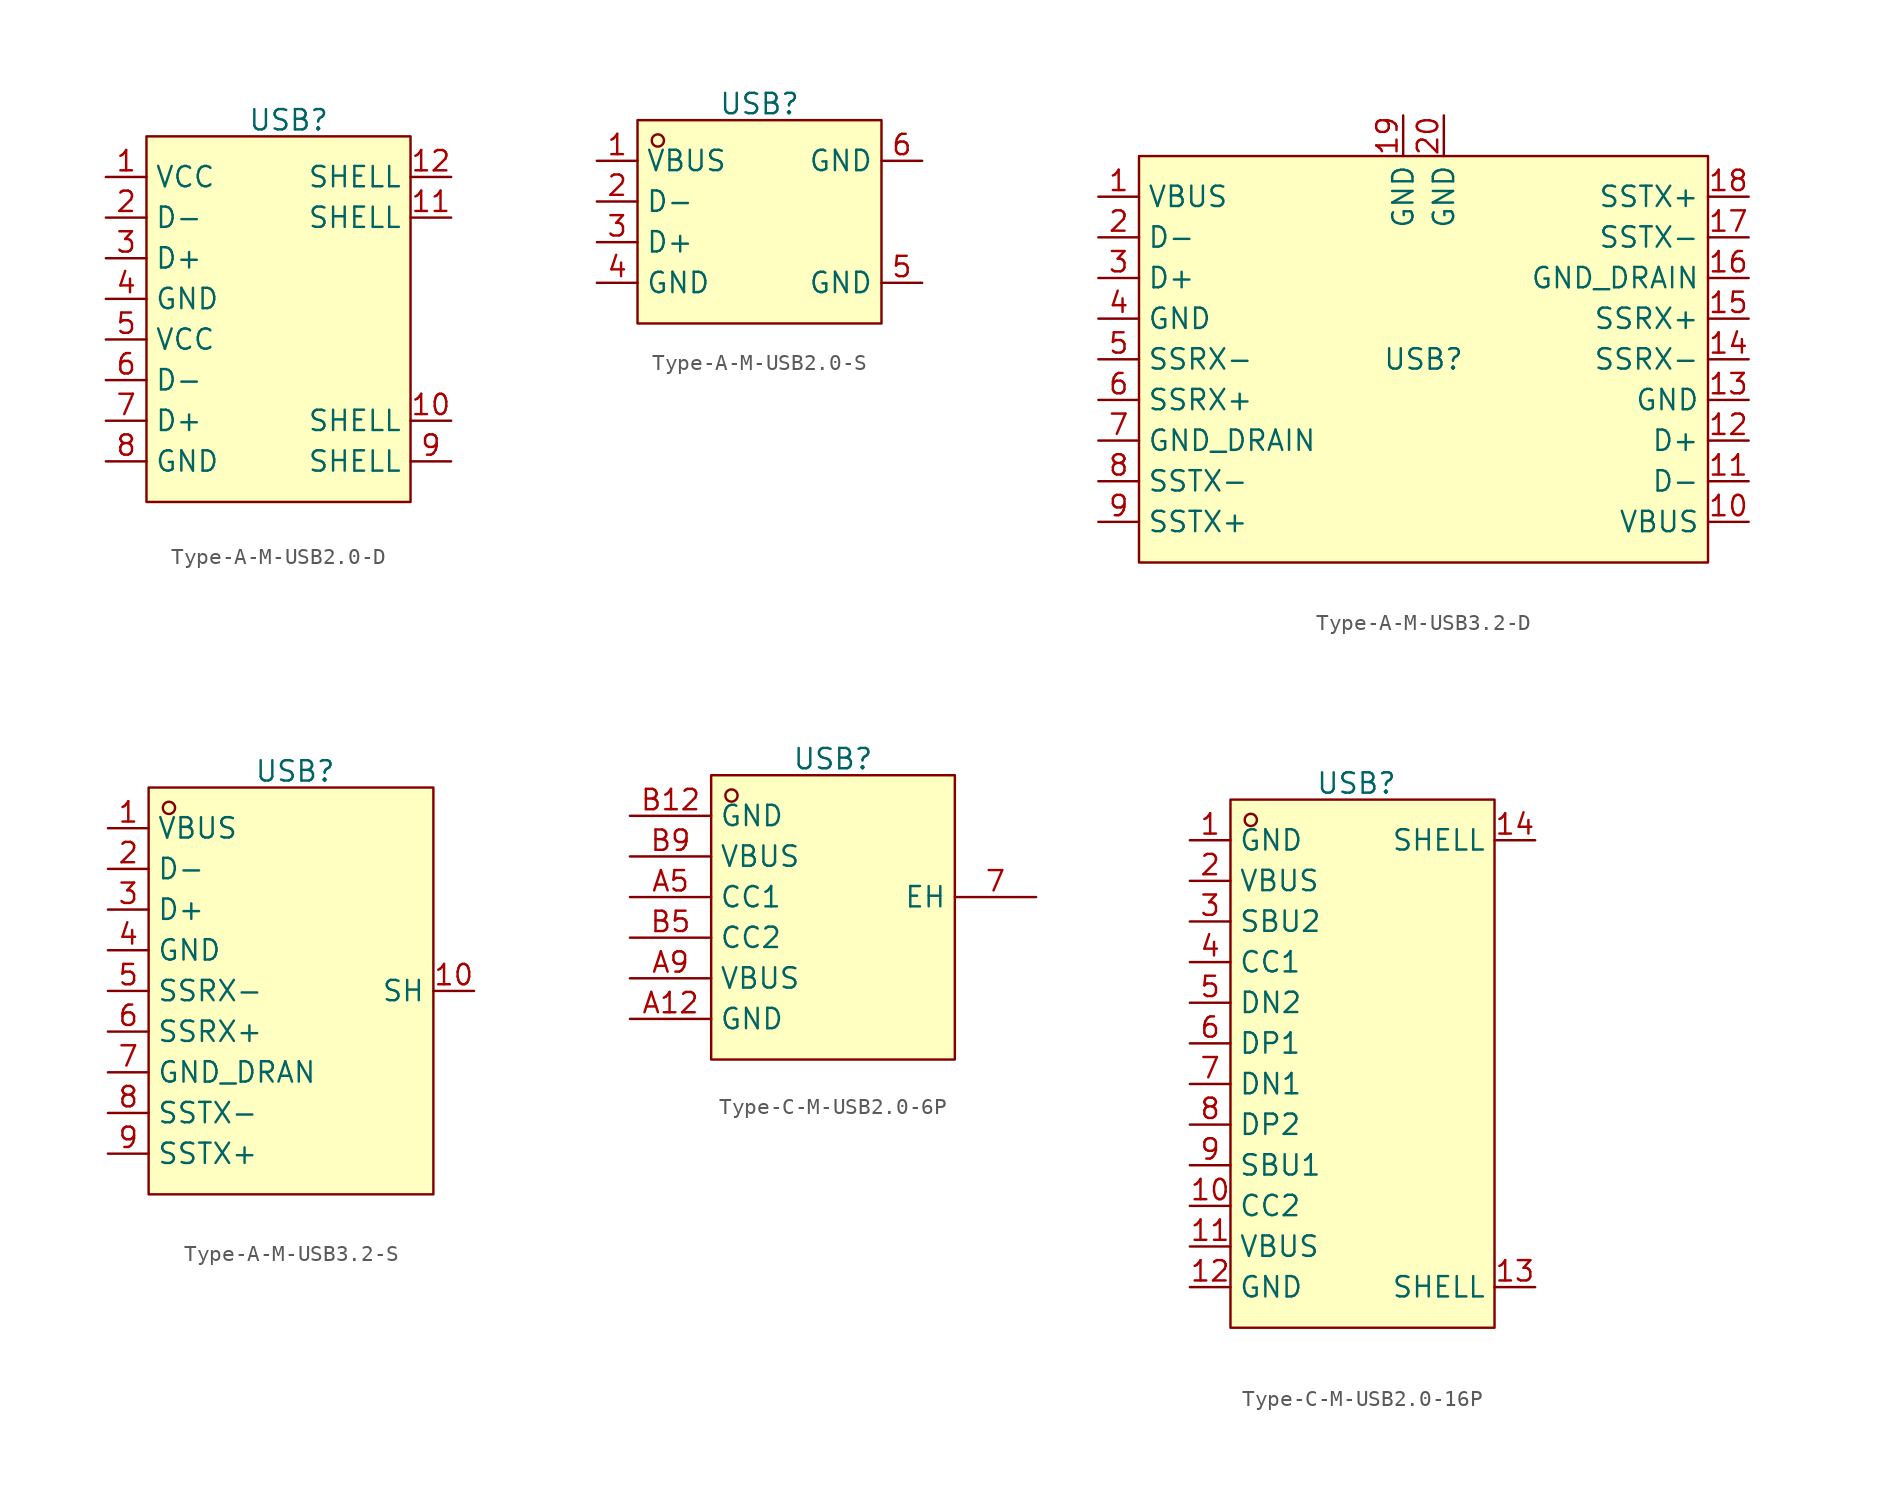
<source format=kicad_sym>
(kicad_symbol_lib
  (version 20241209)
  (generator "kicad_symbol_editor")
  (generator_version "9.0")
  (symbol "Type-A-M-USB2.0-D"
    (property "Reference" "USB"
      (at 0 12.446 0)
      (effects (font (size 1.27 1.27))))
    (property "Value" ""
      (at 0 0 0)
      (effects (font (size 1.27 1.27))))
    (symbol "Type-A-M-USB2.0-D_1_0"
      (rectangle (start -8.89 11.43) (end 7.62 -11.43) (stroke (width 0) (type default)) (fill (type background)))
      (pin passive line (at -11.43 8.89 0) (length 2.54) (name "VCC" (effects (font (size 1.27 1.27)))) (number "1" (effects (font (size 1.27 1.27)))))
      (pin passive line (at -11.43 6.35 0) (length 2.54) (name "D-" (effects (font (size 1.27 1.27)))) (number "2" (effects (font (size 1.27 1.27)))))
      (pin passive line (at -11.43 3.81 0) (length 2.54) (name "D+" (effects (font (size 1.27 1.27)))) (number "3" (effects (font (size 1.27 1.27)))))
      (pin passive line (at -11.43 1.27 0) (length 2.54) (name "GND" (effects (font (size 1.27 1.27)))) (number "4" (effects (font (size 1.27 1.27)))))
      (pin passive line (at -11.43 -1.27 0) (length 2.54) (name "VCC" (effects (font (size 1.27 1.27)))) (number "5" (effects (font (size 1.27 1.27)))))
      (pin passive line (at -11.43 -3.81 0) (length 2.54) (name "D-" (effects (font (size 1.27 1.27)))) (number "6" (effects (font (size 1.27 1.27)))))
      (pin passive line (at -11.43 -6.35 0) (length 2.54) (name "D+" (effects (font (size 1.27 1.27)))) (number "7" (effects (font (size 1.27 1.27)))))
      (pin passive line (at -11.43 -8.89 0) (length 2.54) (name "GND" (effects (font (size 1.27 1.27)))) (number "8" (effects (font (size 1.27 1.27)))))
      (pin passive line (at 10.16 8.89 180) (length 2.54) (name "SHELL" (effects (font (size 1.27 1.27)))) (number "12" (effects (font (size 1.27 1.27)))))
      (pin passive line (at 10.16 6.35 180) (length 2.54) (name "SHELL" (effects (font (size 1.27 1.27)))) (number "11" (effects (font (size 1.27 1.27)))))
      (pin passive line (at 10.16 -6.35 180) (length 2.54) (name "SHELL" (effects (font (size 1.27 1.27)))) (number "10" (effects (font (size 1.27 1.27)))))
      (pin passive line (at 10.16 -8.89 180) (length 2.54) (name "SHELL" (effects (font (size 1.27 1.27)))) (number "9" (effects (font (size 1.27 1.27)))))))
  (symbol "Type-A-M-USB2.0-S"
    (property "Reference" "USB"
      (at 0 8.636 0)
      (effects (font (size 1.27 1.27))))
    (property "Value" ""
      (at 0 0 0)
      (effects (font (size 1.27 1.27))))
    (symbol "Type-A-M-USB2.0-S_1_0"
      (rectangle (start -7.62 7.62) (end 7.62 -5.08) (stroke (width 0) (type solid)) (fill (type background)))
      (circle (center -6.35 6.35) (radius 0.381) (stroke (width 0) (type default)) (fill (type none)))
      (pin passive line (at -10.16 5.08 0) (length 2.54) (name "VBUS" (effects (font (size 1.27 1.27)))) (number "1" (effects (font (size 1.27 1.27)))))
      (pin passive line (at -10.16 2.54 0) (length 2.54) (name "D-" (effects (font (size 1.27 1.27)))) (number "2" (effects (font (size 1.27 1.27)))))
      (pin passive line (at -10.16 0 0) (length 2.54) (name "D+" (effects (font (size 1.27 1.27)))) (number "3" (effects (font (size 1.27 1.27)))))
      (pin passive line (at -10.16 -2.54 0) (length 2.54) (name "GND" (effects (font (size 1.27 1.27)))) (number "4" (effects (font (size 1.27 1.27)))))
      (pin passive line (at 10.16 5.08 180) (length 2.54) (name "GND" (effects (font (size 1.27 1.27)))) (number "6" (effects (font (size 1.27 1.27)))))
      (pin passive line (at 10.16 -2.54 180) (length 2.54) (name "GND" (effects (font (size 1.27 1.27)))) (number "5" (effects (font (size 1.27 1.27)))))))
  (symbol "Type-A-M-USB3.2-D"
    (property "Reference" "USB"
      (at 0 0 0)
      (effects (font (size 1.27 1.27))))
    (property "Value" ""
      (at 0 0 0)
      (effects (font (size 1.27 1.27))))
    (symbol "Type-A-M-USB3.2-D_1_0"
      (rectangle (start -17.78 12.7) (end 17.78 -12.7) (stroke (width 0) (type default)) (fill (type background)))
      (pin passive line (at -20.32 10.16 0) (length 2.54) (name "VBUS" (effects (font (size 1.27 1.27)))) (number "1" (effects (font (size 1.27 1.27)))))
      (pin passive line (at -20.32 7.62 0) (length 2.54) (name "D-" (effects (font (size 1.27 1.27)))) (number "2" (effects (font (size 1.27 1.27)))))
      (pin passive line (at -20.32 5.08 0) (length 2.54) (name "D+" (effects (font (size 1.27 1.27)))) (number "3" (effects (font (size 1.27 1.27)))))
      (pin passive line (at -20.32 2.54 0) (length 2.54) (name "GND" (effects (font (size 1.27 1.27)))) (number "4" (effects (font (size 1.27 1.27)))))
      (pin passive line (at -20.32 0 0) (length 2.54) (name "SSRX-" (effects (font (size 1.27 1.27)))) (number "5" (effects (font (size 1.27 1.27)))))
      (pin passive line (at -20.32 -2.54 0) (length 2.54) (name "SSRX+" (effects (font (size 1.27 1.27)))) (number "6" (effects (font (size 1.27 1.27)))))
      (pin passive line (at -20.32 -5.08 0) (length 2.54) (name "GND_DRAIN" (effects (font (size 1.27 1.27)))) (number "7" (effects (font (size 1.27 1.27)))))
      (pin passive line (at -20.32 -7.62 0) (length 2.54) (name "SSTX-" (effects (font (size 1.27 1.27)))) (number "8" (effects (font (size 1.27 1.27)))))
      (pin passive line (at -20.32 -10.16 0) (length 2.54) (name "SSTX+" (effects (font (size 1.27 1.27)))) (number "9" (effects (font (size 1.27 1.27)))))
      (pin passive line (at -1.27 15.24 270) (length 2.54) (name "GND" (effects (font (size 1.27 1.27)))) (number "19" (effects (font (size 1.27 1.27)))))
      (pin passive line (at 1.27 15.24 270) (length 2.54) (name "GND" (effects (font (size 1.27 1.27)))) (number "20" (effects (font (size 1.27 1.27)))))
      (pin passive line (at 20.32 10.16 180) (length 2.54) (name "SSTX+" (effects (font (size 1.27 1.27)))) (number "18" (effects (font (size 1.27 1.27)))))
      (pin passive line (at 20.32 7.62 180) (length 2.54) (name "SSTX-" (effects (font (size 1.27 1.27)))) (number "17" (effects (font (size 1.27 1.27)))))
      (pin passive line (at 20.32 5.08 180) (length 2.54) (name "GND_DRAIN" (effects (font (size 1.27 1.27)))) (number "16" (effects (font (size 1.27 1.27)))))
      (pin passive line (at 20.32 2.54 180) (length 2.54) (name "SSRX+" (effects (font (size 1.27 1.27)))) (number "15" (effects (font (size 1.27 1.27)))))
      (pin passive line (at 20.32 0 180) (length 2.54) (name "SSRX-" (effects (font (size 1.27 1.27)))) (number "14" (effects (font (size 1.27 1.27)))))
      (pin passive line (at 20.32 -2.54 180) (length 2.54) (name "GND" (effects (font (size 1.27 1.27)))) (number "13" (effects (font (size 1.27 1.27)))))
      (pin passive line (at 20.32 -5.08 180) (length 2.54) (name "D+" (effects (font (size 1.27 1.27)))) (number "12" (effects (font (size 1.27 1.27)))))
      (pin passive line (at 20.32 -7.62 180) (length 2.54) (name "D-" (effects (font (size 1.27 1.27)))) (number "11" (effects (font (size 1.27 1.27)))))
      (pin passive line (at 20.32 -10.16 180) (length 2.54) (name "VBUS" (effects (font (size 1.27 1.27)))) (number "10" (effects (font (size 1.27 1.27)))))))
  (symbol "Type-A-M-USB3.2-S"
    (property "Reference" "USB"
      (at -1.016 13.716 0)
      (effects (font (size 1.27 1.27))))
    (property "Value" ""
      (at 0 0 0)
      (effects (font (size 1.27 1.27))))
    (symbol "Type-A-M-USB3.2-S_1_0"
      (rectangle (start -10.16 12.7) (end 7.62 -12.7) (stroke (width 0) (type default)) (fill (type background)))
      (circle (center -8.89 11.43) (radius 0.381) (stroke (width 0) (type default)) (fill (type none)))
      (pin passive line (at -12.7 10.16 0) (length 2.54) (name "VBUS" (effects (font (size 1.27 1.27)))) (number "1" (effects (font (size 1.27 1.27)))))
      (pin passive line (at -12.7 7.62 0) (length 2.54) (name "D-" (effects (font (size 1.27 1.27)))) (number "2" (effects (font (size 1.27 1.27)))))
      (pin passive line (at -12.7 5.08 0) (length 2.54) (name "D+" (effects (font (size 1.27 1.27)))) (number "3" (effects (font (size 1.27 1.27)))))
      (pin passive line (at -12.7 2.54 0) (length 2.54) (name "GND" (effects (font (size 1.27 1.27)))) (number "4" (effects (font (size 1.27 1.27)))))
      (pin passive line (at -12.7 0 0) (length 2.54) (name "SSRX-" (effects (font (size 1.27 1.27)))) (number "5" (effects (font (size 1.27 1.27)))))
      (pin passive line (at -12.7 -2.54 0) (length 2.54) (name "SSRX+" (effects (font (size 1.27 1.27)))) (number "6" (effects (font (size 1.27 1.27)))))
      (pin passive line (at -12.7 -5.08 0) (length 2.54) (name "GND_DRAN" (effects (font (size 1.27 1.27)))) (number "7" (effects (font (size 1.27 1.27)))))
      (pin passive line (at -12.7 -7.62 0) (length 2.54) (name "SSTX-" (effects (font (size 1.27 1.27)))) (number "8" (effects (font (size 1.27 1.27)))))
      (pin passive line (at -12.7 -10.16 0) (length 2.54) (name "SSTX+" (effects (font (size 1.27 1.27)))) (number "9" (effects (font (size 1.27 1.27)))))
      (pin passive line (at 10.16 0 180) (length 2.54) (name "SH" (effects (font (size 1.27 1.27)))) (number "10" (effects (font (size 1.27 1.27)))))))
  (symbol "Type-C-M-USB2.0-6P"
    (property "Reference" "USB"
      (at 0 8.636 0)
      (effects (font (size 1.27 1.27))))
    (property "Value" ""
      (at 0 0 0)
      (effects (font (size 1.27 1.27))))
    (symbol "Type-C-M-USB2.0-6P_1_0"
      (rectangle (start -7.62 7.62) (end 7.62 -10.16) (stroke (width 0) (type default)) (fill (type background)))
      (circle (center -6.35 6.35) (radius 0.381) (stroke (width 0) (type default)) (fill (type none)))
      (pin passive line (at -12.7 5.08 0) (length 5.08) (name "GND" (effects (font (size 1.27 1.27)))) (number "B12" (effects (font (size 1.27 1.27)))))
      (pin passive line (at -12.7 2.54 0) (length 5.08) (name "VBUS" (effects (font (size 1.27 1.27)))) (number "B9" (effects (font (size 1.27 1.27)))))
      (pin passive line (at -12.7 0 0) (length 5.08) (name "CC1" (effects (font (size 1.27 1.27)))) (number "A5" (effects (font (size 1.27 1.27)))))
      (pin passive line (at -12.7 -2.54 0) (length 5.08) (name "CC2" (effects (font (size 1.27 1.27)))) (number "B5" (effects (font (size 1.27 1.27)))))
      (pin passive line (at -12.7 -5.08 0) (length 5.08) (name "VBUS" (effects (font (size 1.27 1.27)))) (number "A9" (effects (font (size 1.27 1.27)))))
      (pin passive line (at -12.7 -7.62 0) (length 5.08) (name "GND" (effects (font (size 1.27 1.27)))) (number "A12" (effects (font (size 1.27 1.27)))))
      (pin passive line (at 12.7 0 180) (length 5.08) (name "EH" (effects (font (size 1.27 1.27)))) (number "7" (effects (font (size 1.27 1.27)))))))
  (symbol "Type-C-M-USB2.0-16P"
    (property "Reference" "USB"
      (at -1.016 17.526 0)
      (effects (font (size 1.27 1.27))))
    (property "Value" ""
      (at 0 0 0)
      (effects (font (size 1.27 1.27))))
    (symbol "Type-C-M-USB2.0-16P_1_0"
      (rectangle (start -8.89 16.51) (end 7.62 -16.51) (stroke (width 0) (type default)) (fill (type background)))
      (circle (center -7.62 15.24) (radius 0.381) (stroke (width 0) (type default)) (fill (type none)))
      (pin passive line (at -11.43 13.97 0) (length 2.54) (name "GND" (effects (font (size 1.27 1.27)))) (number "1" (effects (font (size 1.27 1.27)))))
      (pin passive line (at -11.43 11.43 0) (length 2.54) (name "VBUS" (effects (font (size 1.27 1.27)))) (number "2" (effects (font (size 1.27 1.27)))))
      (pin passive line (at -11.43 8.89 0) (length 2.54) (name "SBU2" (effects (font (size 1.27 1.27)))) (number "3" (effects (font (size 1.27 1.27)))))
      (pin passive line (at -11.43 6.35 0) (length 2.54) (name "CC1" (effects (font (size 1.27 1.27)))) (number "4" (effects (font (size 1.27 1.27)))))
      (pin passive line (at -11.43 3.81 0) (length 2.54) (name "DN2" (effects (font (size 1.27 1.27)))) (number "5" (effects (font (size 1.27 1.27)))))
      (pin passive line (at -11.43 1.27 0) (length 2.54) (name "DP1" (effects (font (size 1.27 1.27)))) (number "6" (effects (font (size 1.27 1.27)))))
      (pin passive line (at -11.43 -1.27 0) (length 2.54) (name "DN1" (effects (font (size 1.27 1.27)))) (number "7" (effects (font (size 1.27 1.27)))))
      (pin passive line (at -11.43 -3.81 0) (length 2.54) (name "DP2" (effects (font (size 1.27 1.27)))) (number "8" (effects (font (size 1.27 1.27)))))
      (pin passive line (at -11.43 -6.35 0) (length 2.54) (name "SBU1" (effects (font (size 1.27 1.27)))) (number "9" (effects (font (size 1.27 1.27)))))
      (pin passive line (at -11.43 -8.89 0) (length 2.54) (name "CC2" (effects (font (size 1.27 1.27)))) (number "10" (effects (font (size 1.27 1.27)))))
      (pin passive line (at -11.43 -11.43 0) (length 2.54) (name "VBUS" (effects (font (size 1.27 1.27)))) (number "11" (effects (font (size 1.27 1.27)))))
      (pin passive line (at -11.43 -13.97 0) (length 2.54) (name "GND" (effects (font (size 1.27 1.27)))) (number "12" (effects (font (size 1.27 1.27)))))
      (pin passive line (at 10.16 13.97 180) (length 2.54) (name "SHELL" (effects (font (size 1.27 1.27)))) (number "14" (effects (font (size 1.27 1.27)))))
      (pin passive line (at 10.16 -13.97 180) (length 2.54) (name "SHELL" (effects (font (size 1.27 1.27)))) (number "13" (effects (font (size 1.27 1.27))))))))
</source>
